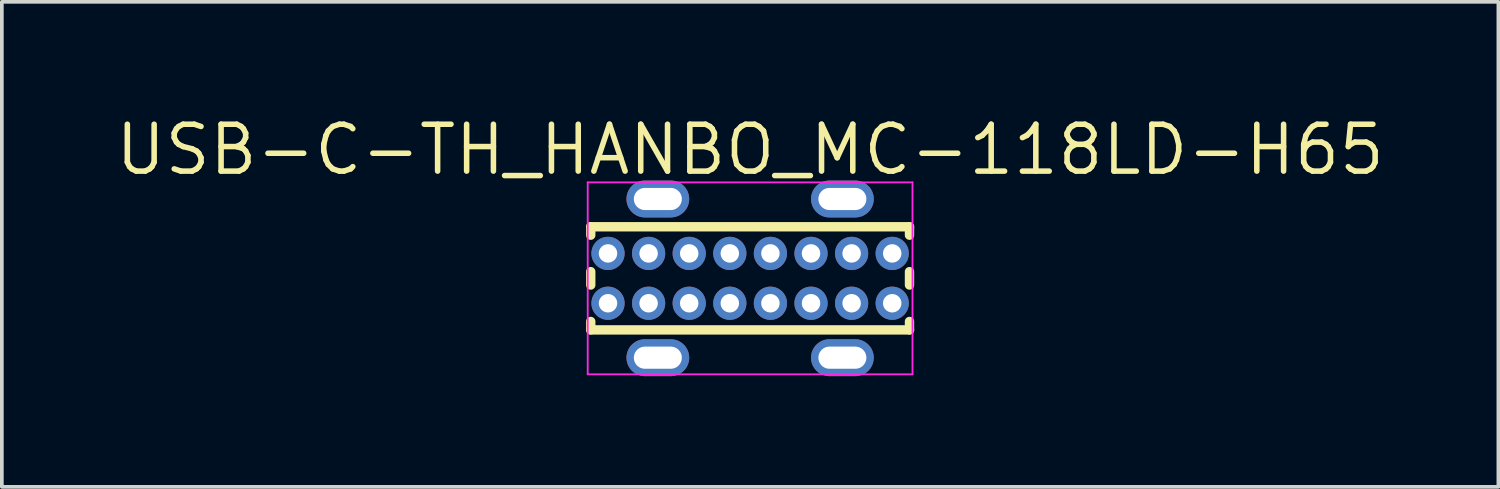
<source format=kicad_pcb>
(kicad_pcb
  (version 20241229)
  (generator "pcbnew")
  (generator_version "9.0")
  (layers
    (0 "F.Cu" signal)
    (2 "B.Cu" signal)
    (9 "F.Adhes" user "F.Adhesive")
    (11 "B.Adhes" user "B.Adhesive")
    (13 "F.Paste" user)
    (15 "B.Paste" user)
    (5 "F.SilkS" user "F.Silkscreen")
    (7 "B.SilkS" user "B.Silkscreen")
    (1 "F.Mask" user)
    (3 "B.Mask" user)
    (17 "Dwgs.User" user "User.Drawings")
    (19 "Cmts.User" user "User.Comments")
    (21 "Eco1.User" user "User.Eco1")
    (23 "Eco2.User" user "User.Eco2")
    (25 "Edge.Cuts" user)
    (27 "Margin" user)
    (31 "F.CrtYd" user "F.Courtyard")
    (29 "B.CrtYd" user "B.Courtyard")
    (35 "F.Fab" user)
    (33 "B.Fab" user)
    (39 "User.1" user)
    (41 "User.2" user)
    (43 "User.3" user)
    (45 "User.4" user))
  (footprint "USB-C-TH_HANBO_MC-118LD-H65"
    (layer "F.Cu")
    (at 17.273 4.491)
    (property "Reference" "USB-C-TH_HANBO_MC-118LD-H65" (at 0 -3.485 0) (layer "F.SilkS") (effects (font (size 1.27 1.27) (thickness 0.15))))
    (fp_line (start -4.318 -1.397) (end -4.318 -1.169) (stroke (width 0.254) (type default)) (layer "F.SilkS"))
    (fp_line (start -4.318 -1.397) (end 4.318 -1.397) (stroke (width 0.254) (type default)) (layer "F.SilkS"))
    (fp_line (start -4.318 -0.181) (end -4.318 0.181) (stroke (width 0.254) (type default)) (layer "F.SilkS"))
    (fp_line (start -4.318 1.169) (end -4.318 1.397) (stroke (width 0.254) (type default)) (layer "F.SilkS"))
    (fp_line (start -4.318 1.397) (end 4.318 1.397) (stroke (width 0.254) (type default)) (layer "F.SilkS"))
    (fp_line (start 4.318 -1.397) (end 4.318 -1.169) (stroke (width 0.254) (type default)) (layer "F.SilkS"))
    (fp_line (start 4.318 -0.181) (end 4.318 0.181) (stroke (width 0.254) (type default)) (layer "F.SilkS"))
    (fp_line (start 4.318 1.169) (end 4.318 1.397) (stroke (width 0.254) (type default)) (layer "F.SilkS"))
    (fp_line (start -4.4 -2.6) (end -4.4 2.6) (stroke (width 0.05) (type default)) (layer "F.CrtYd"))
    (fp_line (start -4.4 2.6) (end 4.4 2.6) (stroke (width 0.05) (type default)) (layer "F.CrtYd"))
    (fp_line (start 4.4 -2.6) (end -4.4 -2.6) (stroke (width 0.05) (type default)) (layer "F.CrtYd"))
    (fp_line (start 4.4 2.6) (end 4.4 -2.6) (stroke (width 0.05) (type default)) (layer "F.CrtYd"))
    (fp_circle (center -4.35 -2.3) (end -4.32 -2.3) (stroke (width 0.06) (type default)) (fill no) (layer "User.5"))
    (pad "A1" thru_hole oval (at -3.85 -0.675 90) (size 0.9 0.9) (drill 0.5) (layers "*.Cu" "*.Mask"))
    (pad "A1" thru_hole oval (at -3.85 0.675 90) (size 0.9 0.9) (drill 0.5) (layers "*.Cu" "*.Mask"))
    (pad "A1" thru_hole oval (at 3.85 -0.675 90) (size 0.9 0.9) (drill 0.5) (layers "*.Cu" "*.Mask"))
    (pad "A1" thru_hole oval (at 3.85 0.675 90) (size 0.9 0.9) (drill 0.5) (layers "*.Cu" "*.Mask"))
    (pad "A4" thru_hole oval (at -2.75 -0.675 90) (size 0.9 0.9) (drill 0.5) (layers "*.Cu" "*.Mask"))
    (pad "A4" thru_hole oval (at -2.75 0.675 90) (size 0.9 0.9) (drill 0.5) (layers "*.Cu" "*.Mask"))
    (pad "A4" thru_hole oval (at 2.75 -0.675 90) (size 0.9 0.9) (drill 0.5) (layers "*.Cu" "*.Mask"))
    (pad "A4" thru_hole oval (at 2.75 0.675 90) (size 0.9 0.9) (drill 0.5) (layers "*.Cu" "*.Mask"))
    (pad "A5" thru_hole oval (at -1.65 -0.675 90) (size 0.9 0.9) (drill 0.5) (layers "*.Cu" "*.Mask"))
    (pad "A6" thru_hole oval (at -0.55 -0.675 90) (size 0.9 0.9) (drill 0.5) (layers "*.Cu" "*.Mask"))
    (pad "A7" thru_hole oval (at 0.55 -0.675 90) (size 0.9 0.9) (drill 0.5) (layers "*.Cu" "*.Mask"))
    (pad "A8" thru_hole oval (at 1.65 -0.675 90) (size 0.9 0.9) (drill 0.5) (layers "*.Cu" "*.Mask"))
    (pad "B5" thru_hole oval (at 1.65 0.675 90) (size 0.9 0.9) (drill 0.5) (layers "*.Cu" "*.Mask"))
    (pad "B6" thru_hole oval (at 0.55 0.675 90) (size 0.9 0.9) (drill 0.5) (layers "*.Cu" "*.Mask"))
    (pad "B7" thru_hole oval (at -0.55 0.675 90) (size 0.9 0.9) (drill 0.5) (layers "*.Cu" "*.Mask"))
    (pad "B8" thru_hole oval (at -1.65 0.675 90) (size 0.9 0.9) (drill 0.5) (layers "*.Cu" "*.Mask"))
    (pad "S1" thru_hole oval (at -2.5 -2.15 90) (size 1 1.7) (drill oval 0.6 1.3) (layers "*.Cu" "*.Mask"))
    (pad "S1" thru_hole oval (at -2.5 2.15 90) (size 1 1.7) (drill oval 0.6 1.3) (layers "*.Cu" "*.Mask"))
    (pad "S1" thru_hole oval (at 2.5 -2.15 90) (size 1 1.7) (drill oval 0.6 1.3) (layers "*.Cu" "*.Mask"))
    (pad "S1" thru_hole oval (at 2.5 2.15 90) (size 1 1.7) (drill oval 0.6 1.3) (layers "*.Cu" "*.Mask"))
    (zone (net_name "") (layer "User.4") (hatch edge 0.5) (priority 100) (connect_pads yes) (min_thickness 0) (filled_areas_thickness no) (fill yes) (polygon (pts (xy 13.523 3.666) (xy 13.523 3.966) (xy 13.323 3.966) (xy 13.323 3.666))) (filled_polygon (layer "User.4") (island) (pts (xy 13.523 3.666) (xy 13.523 3.966) (xy 13.323 3.966) (xy 13.323 3.666))))
    (zone (net_name "") (layer "User.4") (hatch edge 0.5) (priority 100) (connect_pads yes) (min_thickness 0) (filled_areas_thickness no) (fill yes) (polygon (pts (xy 13.523 5.016) (xy 13.523 5.316) (xy 13.323 5.316) (xy 13.323 5.016))) (filled_polygon (layer "User.4") (island) (pts (xy 13.523 5.016) (xy 13.523 5.316) (xy 13.323 5.316) (xy 13.323 5.016))))
    (zone (net_name "") (layer "User.4") (hatch edge 0.5) (priority 100) (connect_pads yes) (min_thickness 0) (filled_areas_thickness no) (fill yes) (polygon (pts (xy 14.623 3.666) (xy 14.623 3.966) (xy 14.423 3.966) (xy 14.423 3.666))) (filled_polygon (layer "User.4") (island) (pts (xy 14.623 3.666) (xy 14.623 3.966) (xy 14.423 3.966) (xy 14.423 3.666))))
    (zone (net_name "") (layer "User.4") (hatch edge 0.5) (priority 100) (connect_pads yes) (min_thickness 0) (filled_areas_thickness no) (fill yes) (polygon (pts (xy 14.623 5.016) (xy 14.623 5.316) (xy 14.423 5.316) (xy 14.423 5.016))) (filled_polygon (layer "User.4") (island) (pts (xy 14.623 5.016) (xy 14.623 5.316) (xy 14.423 5.316) (xy 14.423 5.016))))
    (zone (net_name "") (layer "User.4") (hatch edge 0.5) (priority 100) (connect_pads yes) (min_thickness 0) (filled_areas_thickness no) (fill yes) (polygon (pts (xy 15.173 2.191) (xy 15.173 2.491) (xy 14.373 2.491) (xy 14.373 2.191))) (filled_polygon (layer "User.4") (island) (pts (xy 15.173 2.191) (xy 15.173 2.491) (xy 14.373 2.491) (xy 14.373 2.191))))
    (zone (net_name "") (layer "User.4") (hatch edge 0.5) (priority 100) (connect_pads yes) (min_thickness 0) (filled_areas_thickness no) (fill yes) (polygon (pts (xy 15.173 6.491) (xy 15.173 6.791) (xy 14.373 6.791) (xy 14.373 6.491))) (filled_polygon (layer "User.4") (island) (pts (xy 15.173 6.491) (xy 15.173 6.791) (xy 14.373 6.791) (xy 14.373 6.491))))
    (zone (net_name "") (layer "User.4") (hatch edge 0.5) (priority 100) (connect_pads yes) (min_thickness 0) (filled_areas_thickness no) (fill yes) (polygon (pts (xy 15.723 3.666) (xy 15.723 3.966) (xy 15.523 3.966) (xy 15.523 3.666))) (filled_polygon (layer "User.4") (island) (pts (xy 15.723 3.666) (xy 15.723 3.966) (xy 15.523 3.966) (xy 15.523 3.666))))
    (zone (net_name "") (layer "User.4") (hatch edge 0.5) (priority 100) (connect_pads yes) (min_thickness 0) (filled_areas_thickness no) (fill yes) (polygon (pts (xy 15.723 5.016) (xy 15.723 5.316) (xy 15.523 5.316) (xy 15.523 5.016))) (filled_polygon (layer "User.4") (island) (pts (xy 15.723 5.016) (xy 15.723 5.316) (xy 15.523 5.316) (xy 15.523 5.016))))
    (zone (net_name "") (layer "User.4") (hatch edge 0.5) (priority 100) (connect_pads yes) (min_thickness 0) (filled_areas_thickness no) (fill yes) (polygon (pts (xy 16.823 5.016) (xy 16.823 5.316) (xy 16.623 5.316) (xy 16.623 5.016))) (filled_polygon (layer "User.4") (island) (pts (xy 16.823 5.016) (xy 16.823 5.316) (xy 16.623 5.316) (xy 16.623 5.016))))
    (zone (net_name "") (layer "User.4") (hatch edge 0.5) (priority 100) (connect_pads yes) (min_thickness 0) (filled_areas_thickness no) (fill yes) (polygon (pts (xy 16.823 3.666) (xy 16.823 3.966) (xy 16.623 3.966) (xy 16.623 3.666))) (filled_polygon (layer "User.4") (island) (pts (xy 16.823 3.666) (xy 16.823 3.966) (xy 16.623 3.966) (xy 16.623 3.666))))
    (zone (net_name "") (layer "User.4") (hatch edge 0.5) (priority 100) (connect_pads yes) (min_thickness 0) (filled_areas_thickness no) (fill yes) (polygon (pts (xy 17.923 3.666) (xy 17.923 3.966) (xy 17.723 3.966) (xy 17.723 3.666))) (filled_polygon (layer "User.4") (island) (pts (xy 17.923 3.666) (xy 17.923 3.966) (xy 17.723 3.966) (xy 17.723 3.666))))
    (zone (net_name "") (layer "User.4") (hatch edge 0.5) (priority 100) (connect_pads yes) (min_thickness 0) (filled_areas_thickness no) (fill yes) (polygon (pts (xy 17.923 5.016) (xy 17.923 5.316) (xy 17.723 5.316) (xy 17.723 5.016))) (filled_polygon (layer "User.4") (island) (pts (xy 17.923 5.016) (xy 17.923 5.316) (xy 17.723 5.316) (xy 17.723 5.016))))
    (zone (net_name "") (layer "User.4") (hatch edge 0.5) (priority 100) (connect_pads yes) (min_thickness 0) (filled_areas_thickness no) (fill yes) (polygon (pts (xy 19.023 3.666) (xy 19.023 3.966) (xy 18.823 3.966) (xy 18.823 3.666))) (filled_polygon (layer "User.4") (island) (pts (xy 19.023 3.666) (xy 19.023 3.966) (xy 18.823 3.966) (xy 18.823 3.666))))
    (zone (net_name "") (layer "User.4") (hatch edge 0.5) (priority 100) (connect_pads yes) (min_thickness 0) (filled_areas_thickness no) (fill yes) (polygon (pts (xy 19.023 5.016) (xy 19.023 5.316) (xy 18.823 5.316) (xy 18.823 5.016))) (filled_polygon (layer "User.4") (island) (pts (xy 19.023 5.016) (xy 19.023 5.316) (xy 18.823 5.316) (xy 18.823 5.016))))
    (zone (net_name "") (layer "User.4") (hatch edge 0.5) (priority 100) (connect_pads yes) (min_thickness 0) (filled_areas_thickness no) (fill yes) (polygon (pts (xy 20.123 3.666) (xy 20.123 3.966) (xy 19.923 3.966) (xy 19.923 3.666))) (filled_polygon (layer "User.4") (island) (pts (xy 20.123 3.666) (xy 20.123 3.966) (xy 19.923 3.966) (xy 19.923 3.666))))
    (zone (net_name "") (layer "User.4") (hatch edge 0.5) (priority 100) (connect_pads yes) (min_thickness 0) (filled_areas_thickness no) (fill yes) (polygon (pts (xy 20.123 5.016) (xy 20.123 5.316) (xy 19.923 5.316) (xy 19.923 5.016))) (filled_polygon (layer "User.4") (island) (pts (xy 20.123 5.016) (xy 20.123 5.316) (xy 19.923 5.316) (xy 19.923 5.016))))
    (zone (net_name "") (layer "User.4") (hatch edge 0.5) (priority 100) (connect_pads yes) (min_thickness 0) (filled_areas_thickness no) (fill yes) (polygon (pts (xy 20.173 2.191) (xy 20.173 2.491) (xy 19.373 2.491) (xy 19.373 2.191))) (filled_polygon (layer "User.4") (island) (pts (xy 20.173 2.191) (xy 20.173 2.491) (xy 19.373 2.491) (xy 19.373 2.191))))
    (zone (net_name "") (layer "User.4") (hatch edge 0.5) (priority 100) (connect_pads yes) (min_thickness 0) (filled_areas_thickness no) (fill yes) (polygon (pts (xy 20.173 6.491) (xy 20.173 6.791) (xy 19.373 6.791) (xy 19.373 6.491))) (filled_polygon (layer "User.4") (island) (pts (xy 20.173 6.491) (xy 20.173 6.791) (xy 19.373 6.791) (xy 19.373 6.491))))
    (zone (net_name "") (layer "User.4") (hatch edge 0.5) (priority 100) (connect_pads yes) (min_thickness 0) (filled_areas_thickness no) (fill yes) (polygon (pts (xy 21.223 3.666) (xy 21.223 3.966) (xy 21.023 3.966) (xy 21.023 3.666))) (filled_polygon (layer "User.4") (island) (pts (xy 21.223 3.666) (xy 21.223 3.966) (xy 21.023 3.966) (xy 21.023 3.666))))
    (zone (net_name "") (layer "User.4") (hatch edge 0.5) (priority 100) (connect_pads yes) (min_thickness 0) (filled_areas_thickness no) (fill yes) (polygon (pts (xy 21.223 5.016) (xy 21.223 5.316) (xy 21.023 5.316) (xy 21.023 5.016))) (filled_polygon (layer "User.4") (island) (pts (xy 21.223 5.016) (xy 21.223 5.316) (xy 21.023 5.316) (xy 21.023 5.016)))))
  (gr_rect
    (start -3 -3)
    (end 37.546 10.141)
    (stroke (width 0.1) (type default))
    (fill no)
    (layer "Edge.Cuts")))
</source>
